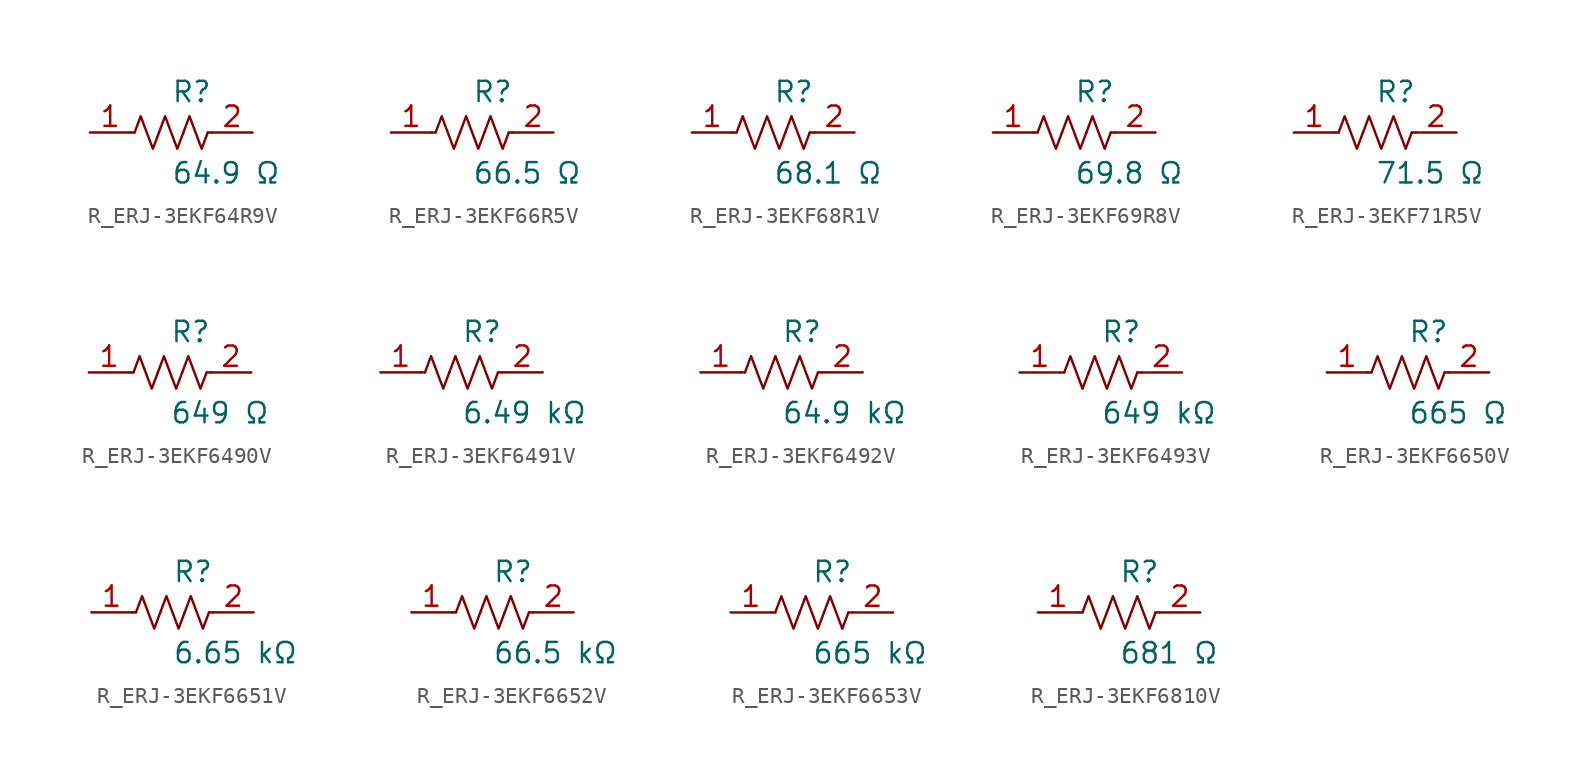
<source format=kicad_sym>
(kicad_symbol_lib
  (version 20231120)
  (generator "kicad_symbol_editor")
  (generator_version "8.0")
  (symbol "R_ERJ-3EKF64R9V"
    (pin_names
      (offset 0.254))
    (property "Reference" "R"
      (at 0 2.54 0)
      (effects (font (size 1.27 1.27)) (justify left)))
    (property "Value" "64.9 Ω"
      (at 0 -2.54 0)
      (effects (font (size 1.27 1.27)) (justify left)))
    (symbol "R_ERJ-3EKF64R9V_0_1"
      (polyline (pts (xy 2.286 0) (xy 2.54 0)) (stroke (width 0) (type default)) (fill (type none)))
      (polyline (pts (xy -2.286 0) (xy -2.54 0)) (stroke (width 0) (type default)) (fill (type none)))
      (polyline (pts (xy 0.762 0) (xy 1.143 1.016) (xy 1.524 0) (xy 1.905 -1.016) (xy 2.286 0)) (stroke (width 0) (type default)) (fill (type none)))
      (polyline (pts (xy -0.762 0) (xy -0.381 1.016) (xy 0 0) (xy 0.381 -1.016) (xy 0.762 0)) (stroke (width 0) (type default)) (fill (type none)))
      (polyline (pts (xy -2.286 0) (xy -1.905 1.016) (xy -1.524 0) (xy -1.143 -1.016) (xy -0.762 0)) (stroke (width 0) (type default)) (fill (type none))))
    (pin unspecified line
      (at -5.08 0 0)
      (length 2.54)
      (name "" (effects (font (size 1.27 1.27))))
      (number "1" (effects (font (size 1.27 1.27)))))
    (pin unspecified line
      (at 5.08 0 180)
      (length 2.54)
      (name "" (effects (font (size 1.27 1.27))))
      (number "2" (effects (font (size 1.27 1.27))))))
  (symbol "R_ERJ-3EKF66R5V"
    (pin_names
      (offset 0.254))
    (property "Reference" "R"
      (at 0 2.54 0)
      (effects (font (size 1.27 1.27)) (justify left)))
    (property "Value" "66.5 Ω"
      (at 0 -2.54 0)
      (effects (font (size 1.27 1.27)) (justify left)))
    (symbol "R_ERJ-3EKF66R5V_0_1"
      (polyline (pts (xy 2.286 0) (xy 2.54 0)) (stroke (width 0) (type default)) (fill (type none)))
      (polyline (pts (xy -2.286 0) (xy -2.54 0)) (stroke (width 0) (type default)) (fill (type none)))
      (polyline (pts (xy 0.762 0) (xy 1.143 1.016) (xy 1.524 0) (xy 1.905 -1.016) (xy 2.286 0)) (stroke (width 0) (type default)) (fill (type none)))
      (polyline (pts (xy -0.762 0) (xy -0.381 1.016) (xy 0 0) (xy 0.381 -1.016) (xy 0.762 0)) (stroke (width 0) (type default)) (fill (type none)))
      (polyline (pts (xy -2.286 0) (xy -1.905 1.016) (xy -1.524 0) (xy -1.143 -1.016) (xy -0.762 0)) (stroke (width 0) (type default)) (fill (type none))))
    (pin unspecified line
      (at -5.08 0 0)
      (length 2.54)
      (name "" (effects (font (size 1.27 1.27))))
      (number "1" (effects (font (size 1.27 1.27)))))
    (pin unspecified line
      (at 5.08 0 180)
      (length 2.54)
      (name "" (effects (font (size 1.27 1.27))))
      (number "2" (effects (font (size 1.27 1.27))))))
  (symbol "R_ERJ-3EKF68R1V"
    (pin_names
      (offset 0.254))
    (property "Reference" "R"
      (at 0 2.54 0)
      (effects (font (size 1.27 1.27)) (justify left)))
    (property "Value" "68.1 Ω"
      (at 0 -2.54 0)
      (effects (font (size 1.27 1.27)) (justify left)))
    (symbol "R_ERJ-3EKF68R1V_0_1"
      (polyline (pts (xy 2.286 0) (xy 2.54 0)) (stroke (width 0) (type default)) (fill (type none)))
      (polyline (pts (xy -2.286 0) (xy -2.54 0)) (stroke (width 0) (type default)) (fill (type none)))
      (polyline (pts (xy 0.762 0) (xy 1.143 1.016) (xy 1.524 0) (xy 1.905 -1.016) (xy 2.286 0)) (stroke (width 0) (type default)) (fill (type none)))
      (polyline (pts (xy -0.762 0) (xy -0.381 1.016) (xy 0 0) (xy 0.381 -1.016) (xy 0.762 0)) (stroke (width 0) (type default)) (fill (type none)))
      (polyline (pts (xy -2.286 0) (xy -1.905 1.016) (xy -1.524 0) (xy -1.143 -1.016) (xy -0.762 0)) (stroke (width 0) (type default)) (fill (type none))))
    (pin unspecified line
      (at -5.08 0 0)
      (length 2.54)
      (name "" (effects (font (size 1.27 1.27))))
      (number "1" (effects (font (size 1.27 1.27)))))
    (pin unspecified line
      (at 5.08 0 180)
      (length 2.54)
      (name "" (effects (font (size 1.27 1.27))))
      (number "2" (effects (font (size 1.27 1.27))))))
  (symbol "R_ERJ-3EKF69R8V"
    (pin_names
      (offset 0.254))
    (property "Reference" "R"
      (at 0 2.54 0)
      (effects (font (size 1.27 1.27)) (justify left)))
    (property "Value" "69.8 Ω"
      (at 0 -2.54 0)
      (effects (font (size 1.27 1.27)) (justify left)))
    (symbol "R_ERJ-3EKF69R8V_0_1"
      (polyline (pts (xy 2.286 0) (xy 2.54 0)) (stroke (width 0) (type default)) (fill (type none)))
      (polyline (pts (xy -2.286 0) (xy -2.54 0)) (stroke (width 0) (type default)) (fill (type none)))
      (polyline (pts (xy 0.762 0) (xy 1.143 1.016) (xy 1.524 0) (xy 1.905 -1.016) (xy 2.286 0)) (stroke (width 0) (type default)) (fill (type none)))
      (polyline (pts (xy -0.762 0) (xy -0.381 1.016) (xy 0 0) (xy 0.381 -1.016) (xy 0.762 0)) (stroke (width 0) (type default)) (fill (type none)))
      (polyline (pts (xy -2.286 0) (xy -1.905 1.016) (xy -1.524 0) (xy -1.143 -1.016) (xy -0.762 0)) (stroke (width 0) (type default)) (fill (type none))))
    (pin unspecified line
      (at -5.08 0 0)
      (length 2.54)
      (name "" (effects (font (size 1.27 1.27))))
      (number "1" (effects (font (size 1.27 1.27)))))
    (pin unspecified line
      (at 5.08 0 180)
      (length 2.54)
      (name "" (effects (font (size 1.27 1.27))))
      (number "2" (effects (font (size 1.27 1.27))))))
  (symbol "R_ERJ-3EKF71R5V"
    (pin_names
      (offset 0.254))
    (property "Reference" "R"
      (at 0 2.54 0)
      (effects (font (size 1.27 1.27)) (justify left)))
    (property "Value" "71.5 Ω"
      (at 0 -2.54 0)
      (effects (font (size 1.27 1.27)) (justify left)))
    (symbol "R_ERJ-3EKF71R5V_0_1"
      (polyline (pts (xy 2.286 0) (xy 2.54 0)) (stroke (width 0) (type default)) (fill (type none)))
      (polyline (pts (xy -2.286 0) (xy -2.54 0)) (stroke (width 0) (type default)) (fill (type none)))
      (polyline (pts (xy 0.762 0) (xy 1.143 1.016) (xy 1.524 0) (xy 1.905 -1.016) (xy 2.286 0)) (stroke (width 0) (type default)) (fill (type none)))
      (polyline (pts (xy -0.762 0) (xy -0.381 1.016) (xy 0 0) (xy 0.381 -1.016) (xy 0.762 0)) (stroke (width 0) (type default)) (fill (type none)))
      (polyline (pts (xy -2.286 0) (xy -1.905 1.016) (xy -1.524 0) (xy -1.143 -1.016) (xy -0.762 0)) (stroke (width 0) (type default)) (fill (type none))))
    (pin unspecified line
      (at -5.08 0 0)
      (length 2.54)
      (name "" (effects (font (size 1.27 1.27))))
      (number "1" (effects (font (size 1.27 1.27)))))
    (pin unspecified line
      (at 5.08 0 180)
      (length 2.54)
      (name "" (effects (font (size 1.27 1.27))))
      (number "2" (effects (font (size 1.27 1.27))))))
  (symbol "R_ERJ-3EKF6490V"
    (pin_names
      (offset 0.254))
    (property "Reference" "R"
      (at 0 2.54 0)
      (effects (font (size 1.27 1.27)) (justify left)))
    (property "Value" "649 Ω"
      (at 0 -2.54 0)
      (effects (font (size 1.27 1.27)) (justify left)))
    (symbol "R_ERJ-3EKF6490V_0_1"
      (polyline (pts (xy 2.286 0) (xy 2.54 0)) (stroke (width 0) (type default)) (fill (type none)))
      (polyline (pts (xy -2.286 0) (xy -2.54 0)) (stroke (width 0) (type default)) (fill (type none)))
      (polyline (pts (xy 0.762 0) (xy 1.143 1.016) (xy 1.524 0) (xy 1.905 -1.016) (xy 2.286 0)) (stroke (width 0) (type default)) (fill (type none)))
      (polyline (pts (xy -0.762 0) (xy -0.381 1.016) (xy 0 0) (xy 0.381 -1.016) (xy 0.762 0)) (stroke (width 0) (type default)) (fill (type none)))
      (polyline (pts (xy -2.286 0) (xy -1.905 1.016) (xy -1.524 0) (xy -1.143 -1.016) (xy -0.762 0)) (stroke (width 0) (type default)) (fill (type none))))
    (pin unspecified line
      (at -5.08 0 0)
      (length 2.54)
      (name "" (effects (font (size 1.27 1.27))))
      (number "1" (effects (font (size 1.27 1.27)))))
    (pin unspecified line
      (at 5.08 0 180)
      (length 2.54)
      (name "" (effects (font (size 1.27 1.27))))
      (number "2" (effects (font (size 1.27 1.27))))))
  (symbol "R_ERJ-3EKF6491V"
    (pin_names
      (offset 0.254))
    (property "Reference" "R"
      (at 0 2.54 0)
      (effects (font (size 1.27 1.27)) (justify left)))
    (property "Value" "6.49 kΩ"
      (at 0 -2.54 0)
      (effects (font (size 1.27 1.27)) (justify left)))
    (symbol "R_ERJ-3EKF6491V_0_1"
      (polyline (pts (xy 2.286 0) (xy 2.54 0)) (stroke (width 0) (type default)) (fill (type none)))
      (polyline (pts (xy -2.286 0) (xy -2.54 0)) (stroke (width 0) (type default)) (fill (type none)))
      (polyline (pts (xy 0.762 0) (xy 1.143 1.016) (xy 1.524 0) (xy 1.905 -1.016) (xy 2.286 0)) (stroke (width 0) (type default)) (fill (type none)))
      (polyline (pts (xy -0.762 0) (xy -0.381 1.016) (xy 0 0) (xy 0.381 -1.016) (xy 0.762 0)) (stroke (width 0) (type default)) (fill (type none)))
      (polyline (pts (xy -2.286 0) (xy -1.905 1.016) (xy -1.524 0) (xy -1.143 -1.016) (xy -0.762 0)) (stroke (width 0) (type default)) (fill (type none))))
    (pin unspecified line
      (at -5.08 0 0)
      (length 2.54)
      (name "" (effects (font (size 1.27 1.27))))
      (number "1" (effects (font (size 1.27 1.27)))))
    (pin unspecified line
      (at 5.08 0 180)
      (length 2.54)
      (name "" (effects (font (size 1.27 1.27))))
      (number "2" (effects (font (size 1.27 1.27))))))
  (symbol "R_ERJ-3EKF6492V"
    (pin_names
      (offset 0.254))
    (property "Reference" "R"
      (at 0 2.54 0)
      (effects (font (size 1.27 1.27)) (justify left)))
    (property "Value" "64.9 kΩ"
      (at 0 -2.54 0)
      (effects (font (size 1.27 1.27)) (justify left)))
    (symbol "R_ERJ-3EKF6492V_0_1"
      (polyline (pts (xy 2.286 0) (xy 2.54 0)) (stroke (width 0) (type default)) (fill (type none)))
      (polyline (pts (xy -2.286 0) (xy -2.54 0)) (stroke (width 0) (type default)) (fill (type none)))
      (polyline (pts (xy 0.762 0) (xy 1.143 1.016) (xy 1.524 0) (xy 1.905 -1.016) (xy 2.286 0)) (stroke (width 0) (type default)) (fill (type none)))
      (polyline (pts (xy -0.762 0) (xy -0.381 1.016) (xy 0 0) (xy 0.381 -1.016) (xy 0.762 0)) (stroke (width 0) (type default)) (fill (type none)))
      (polyline (pts (xy -2.286 0) (xy -1.905 1.016) (xy -1.524 0) (xy -1.143 -1.016) (xy -0.762 0)) (stroke (width 0) (type default)) (fill (type none))))
    (pin unspecified line
      (at -5.08 0 0)
      (length 2.54)
      (name "" (effects (font (size 1.27 1.27))))
      (number "1" (effects (font (size 1.27 1.27)))))
    (pin unspecified line
      (at 5.08 0 180)
      (length 2.54)
      (name "" (effects (font (size 1.27 1.27))))
      (number "2" (effects (font (size 1.27 1.27))))))
  (symbol "R_ERJ-3EKF6493V"
    (pin_names
      (offset 0.254))
    (property "Reference" "R"
      (at 0 2.54 0)
      (effects (font (size 1.27 1.27)) (justify left)))
    (property "Value" "649 kΩ"
      (at 0 -2.54 0)
      (effects (font (size 1.27 1.27)) (justify left)))
    (symbol "R_ERJ-3EKF6493V_0_1"
      (polyline (pts (xy 2.286 0) (xy 2.54 0)) (stroke (width 0) (type default)) (fill (type none)))
      (polyline (pts (xy -2.286 0) (xy -2.54 0)) (stroke (width 0) (type default)) (fill (type none)))
      (polyline (pts (xy 0.762 0) (xy 1.143 1.016) (xy 1.524 0) (xy 1.905 -1.016) (xy 2.286 0)) (stroke (width 0) (type default)) (fill (type none)))
      (polyline (pts (xy -0.762 0) (xy -0.381 1.016) (xy 0 0) (xy 0.381 -1.016) (xy 0.762 0)) (stroke (width 0) (type default)) (fill (type none)))
      (polyline (pts (xy -2.286 0) (xy -1.905 1.016) (xy -1.524 0) (xy -1.143 -1.016) (xy -0.762 0)) (stroke (width 0) (type default)) (fill (type none))))
    (pin unspecified line
      (at -5.08 0 0)
      (length 2.54)
      (name "" (effects (font (size 1.27 1.27))))
      (number "1" (effects (font (size 1.27 1.27)))))
    (pin unspecified line
      (at 5.08 0 180)
      (length 2.54)
      (name "" (effects (font (size 1.27 1.27))))
      (number "2" (effects (font (size 1.27 1.27))))))
  (symbol "R_ERJ-3EKF6650V"
    (pin_names
      (offset 0.254))
    (property "Reference" "R"
      (at 0 2.54 0)
      (effects (font (size 1.27 1.27)) (justify left)))
    (property "Value" "665 Ω"
      (at 0 -2.54 0)
      (effects (font (size 1.27 1.27)) (justify left)))
    (symbol "R_ERJ-3EKF6650V_0_1"
      (polyline (pts (xy 2.286 0) (xy 2.54 0)) (stroke (width 0) (type default)) (fill (type none)))
      (polyline (pts (xy -2.286 0) (xy -2.54 0)) (stroke (width 0) (type default)) (fill (type none)))
      (polyline (pts (xy 0.762 0) (xy 1.143 1.016) (xy 1.524 0) (xy 1.905 -1.016) (xy 2.286 0)) (stroke (width 0) (type default)) (fill (type none)))
      (polyline (pts (xy -0.762 0) (xy -0.381 1.016) (xy 0 0) (xy 0.381 -1.016) (xy 0.762 0)) (stroke (width 0) (type default)) (fill (type none)))
      (polyline (pts (xy -2.286 0) (xy -1.905 1.016) (xy -1.524 0) (xy -1.143 -1.016) (xy -0.762 0)) (stroke (width 0) (type default)) (fill (type none))))
    (pin unspecified line
      (at -5.08 0 0)
      (length 2.54)
      (name "" (effects (font (size 1.27 1.27))))
      (number "1" (effects (font (size 1.27 1.27)))))
    (pin unspecified line
      (at 5.08 0 180)
      (length 2.54)
      (name "" (effects (font (size 1.27 1.27))))
      (number "2" (effects (font (size 1.27 1.27))))))
  (symbol "R_ERJ-3EKF6651V"
    (pin_names
      (offset 0.254))
    (property "Reference" "R"
      (at 0 2.54 0)
      (effects (font (size 1.27 1.27)) (justify left)))
    (property "Value" "6.65 kΩ"
      (at 0 -2.54 0)
      (effects (font (size 1.27 1.27)) (justify left)))
    (symbol "R_ERJ-3EKF6651V_0_1"
      (polyline (pts (xy 2.286 0) (xy 2.54 0)) (stroke (width 0) (type default)) (fill (type none)))
      (polyline (pts (xy -2.286 0) (xy -2.54 0)) (stroke (width 0) (type default)) (fill (type none)))
      (polyline (pts (xy 0.762 0) (xy 1.143 1.016) (xy 1.524 0) (xy 1.905 -1.016) (xy 2.286 0)) (stroke (width 0) (type default)) (fill (type none)))
      (polyline (pts (xy -0.762 0) (xy -0.381 1.016) (xy 0 0) (xy 0.381 -1.016) (xy 0.762 0)) (stroke (width 0) (type default)) (fill (type none)))
      (polyline (pts (xy -2.286 0) (xy -1.905 1.016) (xy -1.524 0) (xy -1.143 -1.016) (xy -0.762 0)) (stroke (width 0) (type default)) (fill (type none))))
    (pin unspecified line
      (at -5.08 0 0)
      (length 2.54)
      (name "" (effects (font (size 1.27 1.27))))
      (number "1" (effects (font (size 1.27 1.27)))))
    (pin unspecified line
      (at 5.08 0 180)
      (length 2.54)
      (name "" (effects (font (size 1.27 1.27))))
      (number "2" (effects (font (size 1.27 1.27))))))
  (symbol "R_ERJ-3EKF6652V"
    (pin_names
      (offset 0.254))
    (property "Reference" "R"
      (at 0 2.54 0)
      (effects (font (size 1.27 1.27)) (justify left)))
    (property "Value" "66.5 kΩ"
      (at 0 -2.54 0)
      (effects (font (size 1.27 1.27)) (justify left)))
    (symbol "R_ERJ-3EKF6652V_0_1"
      (polyline (pts (xy 2.286 0) (xy 2.54 0)) (stroke (width 0) (type default)) (fill (type none)))
      (polyline (pts (xy -2.286 0) (xy -2.54 0)) (stroke (width 0) (type default)) (fill (type none)))
      (polyline (pts (xy 0.762 0) (xy 1.143 1.016) (xy 1.524 0) (xy 1.905 -1.016) (xy 2.286 0)) (stroke (width 0) (type default)) (fill (type none)))
      (polyline (pts (xy -0.762 0) (xy -0.381 1.016) (xy 0 0) (xy 0.381 -1.016) (xy 0.762 0)) (stroke (width 0) (type default)) (fill (type none)))
      (polyline (pts (xy -2.286 0) (xy -1.905 1.016) (xy -1.524 0) (xy -1.143 -1.016) (xy -0.762 0)) (stroke (width 0) (type default)) (fill (type none))))
    (pin unspecified line
      (at -5.08 0 0)
      (length 2.54)
      (name "" (effects (font (size 1.27 1.27))))
      (number "1" (effects (font (size 1.27 1.27)))))
    (pin unspecified line
      (at 5.08 0 180)
      (length 2.54)
      (name "" (effects (font (size 1.27 1.27))))
      (number "2" (effects (font (size 1.27 1.27))))))
  (symbol "R_ERJ-3EKF6653V"
    (pin_names
      (offset 0.254))
    (property "Reference" "R"
      (at 0 2.54 0)
      (effects (font (size 1.27 1.27)) (justify left)))
    (property "Value" "665 kΩ"
      (at 0 -2.54 0)
      (effects (font (size 1.27 1.27)) (justify left)))
    (symbol "R_ERJ-3EKF6653V_0_1"
      (polyline (pts (xy 2.286 0) (xy 2.54 0)) (stroke (width 0) (type default)) (fill (type none)))
      (polyline (pts (xy -2.286 0) (xy -2.54 0)) (stroke (width 0) (type default)) (fill (type none)))
      (polyline (pts (xy 0.762 0) (xy 1.143 1.016) (xy 1.524 0) (xy 1.905 -1.016) (xy 2.286 0)) (stroke (width 0) (type default)) (fill (type none)))
      (polyline (pts (xy -0.762 0) (xy -0.381 1.016) (xy 0 0) (xy 0.381 -1.016) (xy 0.762 0)) (stroke (width 0) (type default)) (fill (type none)))
      (polyline (pts (xy -2.286 0) (xy -1.905 1.016) (xy -1.524 0) (xy -1.143 -1.016) (xy -0.762 0)) (stroke (width 0) (type default)) (fill (type none))))
    (pin unspecified line
      (at -5.08 0 0)
      (length 2.54)
      (name "" (effects (font (size 1.27 1.27))))
      (number "1" (effects (font (size 1.27 1.27)))))
    (pin unspecified line
      (at 5.08 0 180)
      (length 2.54)
      (name "" (effects (font (size 1.27 1.27))))
      (number "2" (effects (font (size 1.27 1.27))))))
  (symbol "R_ERJ-3EKF6810V"
    (pin_names
      (offset 0.254))
    (property "Reference" "R"
      (at 0 2.54 0)
      (effects (font (size 1.27 1.27)) (justify left)))
    (property "Value" "681 Ω"
      (at 0 -2.54 0)
      (effects (font (size 1.27 1.27)) (justify left)))
    (symbol "R_ERJ-3EKF6810V_0_1"
      (polyline (pts (xy 2.286 0) (xy 2.54 0)) (stroke (width 0) (type default)) (fill (type none)))
      (polyline (pts (xy -2.286 0) (xy -2.54 0)) (stroke (width 0) (type default)) (fill (type none)))
      (polyline (pts (xy 0.762 0) (xy 1.143 1.016) (xy 1.524 0) (xy 1.905 -1.016) (xy 2.286 0)) (stroke (width 0) (type default)) (fill (type none)))
      (polyline (pts (xy -0.762 0) (xy -0.381 1.016) (xy 0 0) (xy 0.381 -1.016) (xy 0.762 0)) (stroke (width 0) (type default)) (fill (type none)))
      (polyline (pts (xy -2.286 0) (xy -1.905 1.016) (xy -1.524 0) (xy -1.143 -1.016) (xy -0.762 0)) (stroke (width 0) (type default)) (fill (type none))))
    (pin unspecified line
      (at -5.08 0 0)
      (length 2.54)
      (name "" (effects (font (size 1.27 1.27))))
      (number "1" (effects (font (size 1.27 1.27)))))
    (pin unspecified line
      (at 5.08 0 180)
      (length 2.54)
      (name "" (effects (font (size 1.27 1.27))))
      (number "2" (effects (font (size 1.27 1.27)))))))
</source>
